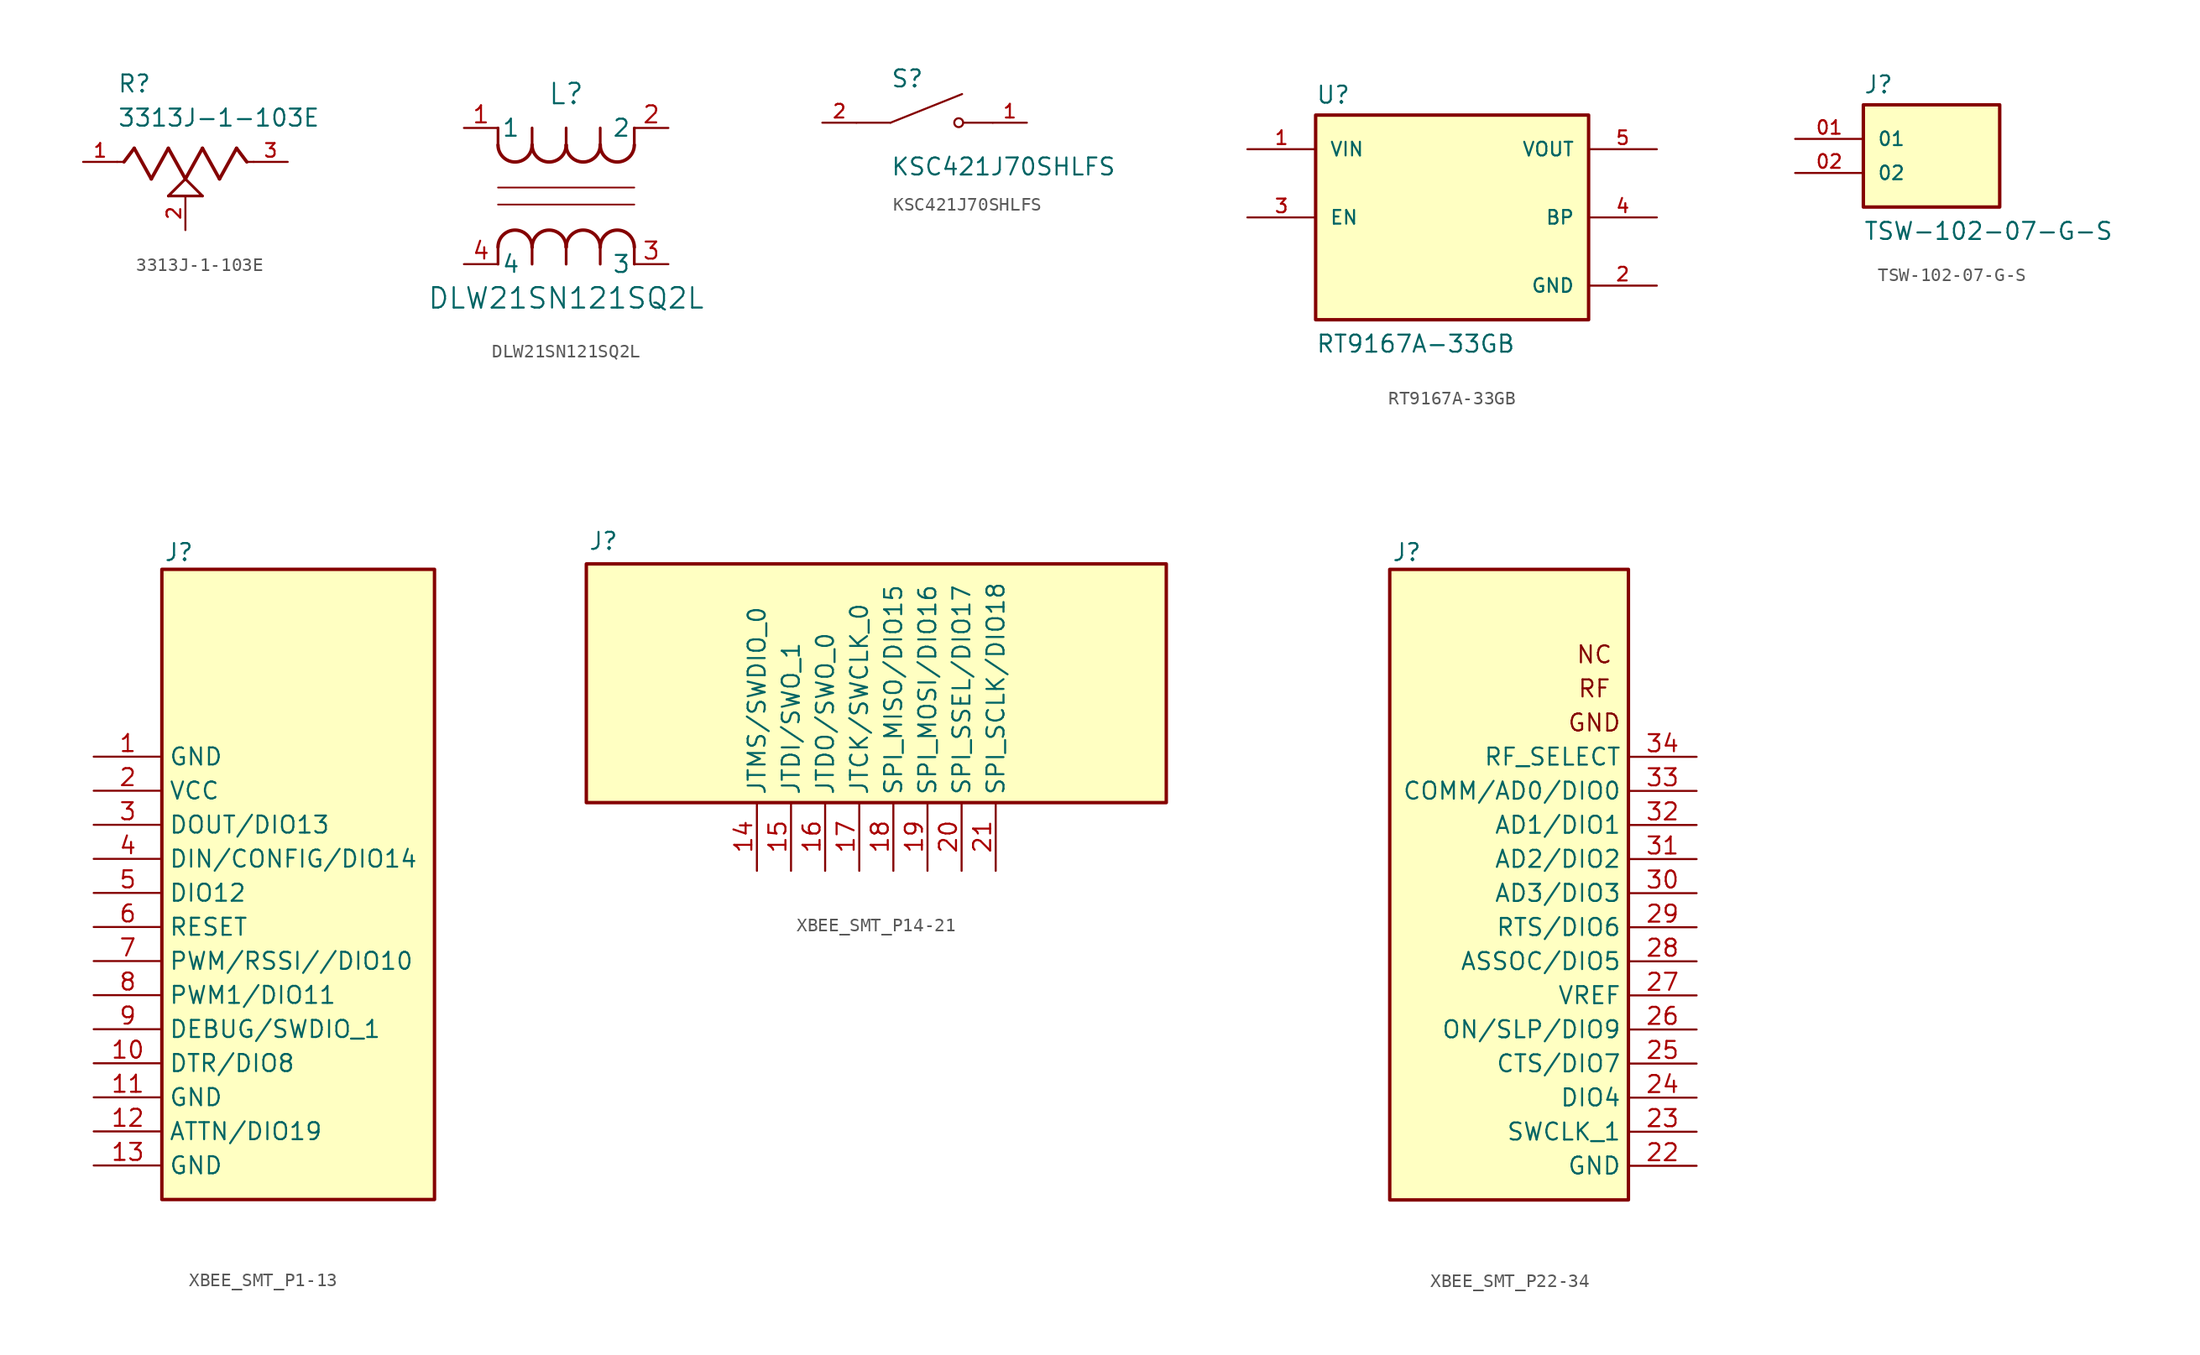
<source format=kicad_sym>
(kicad_symbol_lib
  (version 20220914)
  (generator kicad_symbol_editor)
  (symbol "3313J-1-103E"
    (pin_names
      (offset 1.016))
    (property "Reference" "R"
      (at -5.08 5.08 0)
      (effects (font (size 1.27 1.27)) (justify left bottom)))
    (property "Value" "3313J-1-103E"
      (at -5.08 2.54 0)
      (effects (font (size 1.27 1.27)) (justify left bottom)))
    (symbol "3313J-1-103E_0_0"
      (polyline (pts (xy -5.08 0) (xy -4.572 0)) (stroke (width 0.152) (type default)) (fill (type none)))
      (polyline (pts (xy -4.572 0) (xy -3.81 1.016)) (stroke (width 0.254) (type default)) (fill (type none)))
      (polyline (pts (xy -3.81 1.016) (xy -2.54 -1.27)) (stroke (width 0.254) (type default)) (fill (type none)))
      (polyline (pts (xy -2.54 -1.27) (xy -1.27 1.016)) (stroke (width 0.254) (type default)) (fill (type none)))
      (polyline (pts (xy -1.27 -2.54) (xy 0 -1.27)) (stroke (width 0.203) (type default)) (fill (type none)))
      (polyline (pts (xy -1.27 1.016) (xy 0 -1.27)) (stroke (width 0.254) (type default)) (fill (type none)))
      (polyline (pts (xy 0 -1.27) (xy 1.27 -2.54)) (stroke (width 0.203) (type default)) (fill (type none)))
      (polyline (pts (xy 0 -1.27) (xy 1.27 1.016)) (stroke (width 0.254) (type default)) (fill (type none)))
      (polyline (pts (xy 1.27 -2.54) (xy -1.27 -2.54)) (stroke (width 0.203) (type default)) (fill (type none)))
      (polyline (pts (xy 1.27 1.016) (xy 2.54 -1.27)) (stroke (width 0.254) (type default)) (fill (type none)))
      (polyline (pts (xy 2.54 -1.27) (xy 3.81 1.016)) (stroke (width 0.254) (type default)) (fill (type none)))
      (polyline (pts (xy 3.81 1.016) (xy 4.572 0)) (stroke (width 0.254) (type default)) (fill (type none)))
      (polyline (pts (xy 4.572 0) (xy 5.08 0)) (stroke (width 0.152) (type default)) (fill (type none)))
      (pin passive line (at -7.62 0 0) (length 2.54) (name "~" (effects (font (size 1.016 1.016)))) (number "1" (effects (font (size 1.016 1.016)))))
      (pin passive line (at 0 -5.08 90) (length 2.54) (name "~" (effects (font (size 1.016 1.016)))) (number "2" (effects (font (size 1.016 1.016)))))
      (pin passive line (at 7.62 0 180) (length 2.54) (name "~" (effects (font (size 1.016 1.016)))) (number "3" (effects (font (size 1.016 1.016)))))))
  (symbol "DLW21SN121SQ2L"
    (pin_names
      (offset 0.254))
    (property "Reference" "L"
      (at 7.62 2.54 0)
      (effects (font (size 1.524 1.524))))
    (property "Value" "DLW21SN121SQ2L"
      (at 7.62 -12.7 0)
      (effects (font (size 1.524 1.524))))
    (symbol "DLW21SN121SQ2L_0_1"
      (polyline (pts (xy 2.54 -10.16) (xy 2.54 -8.89)) (stroke (width 0.203) (type default)) (fill (type none)))
      (polyline (pts (xy 2.54 -5.715) (xy 12.7 -5.715)) (stroke (width 0.127) (type default)) (fill (type none)))
      (polyline (pts (xy 2.54 0) (xy 2.54 -1.27)) (stroke (width 0.203) (type default)) (fill (type none)))
      (polyline (pts (xy 5.08 -10.16) (xy 5.08 -8.89)) (stroke (width 0.203) (type default)) (fill (type none)))
      (polyline (pts (xy 5.08 0) (xy 5.08 -1.27)) (stroke (width 0.203) (type default)) (fill (type none)))
      (polyline (pts (xy 7.62 -10.16) (xy 7.62 -8.89)) (stroke (width 0.203) (type default)) (fill (type none)))
      (polyline (pts (xy 7.62 0) (xy 7.62 -1.27)) (stroke (width 0.203) (type default)) (fill (type none)))
      (polyline (pts (xy 10.16 -10.16) (xy 10.16 -8.89)) (stroke (width 0.203) (type default)) (fill (type none)))
      (polyline (pts (xy 10.16 0) (xy 10.16 -1.27)) (stroke (width 0.203) (type default)) (fill (type none)))
      (polyline (pts (xy 12.7 -10.16) (xy 12.7 -8.89)) (stroke (width 0.203) (type default)) (fill (type none)))
      (polyline (pts (xy 12.7 -4.445) (xy 2.54 -4.445)) (stroke (width 0.127) (type default)) (fill (type none)))
      (polyline (pts (xy 12.7 0) (xy 12.7 -1.27)) (stroke (width 0.203) (type default)) (fill (type none)))
      (arc (start 2.54 -1.27) (mid 3.81 -2.5345) (end 5.08 -1.27) (stroke (width 0.254) (type default)) (fill (type none)))
      (arc (start 5.08 -8.89) (mid 3.81 -7.6255) (end 2.54 -8.89) (stroke (width 0.254) (type default)) (fill (type none)))
      (arc (start 5.08 -1.27) (mid 6.35 -2.5345) (end 7.62 -1.27) (stroke (width 0.254) (type default)) (fill (type none)))
      (arc (start 7.62 -8.89) (mid 6.35 -7.6255) (end 5.08 -8.89) (stroke (width 0.254) (type default)) (fill (type none)))
      (arc (start 7.62 -1.27) (mid 8.89 -2.5345) (end 10.16 -1.27) (stroke (width 0.254) (type default)) (fill (type none)))
      (arc (start 10.16 -8.89) (mid 8.89 -7.6255) (end 7.62 -8.89) (stroke (width 0.254) (type default)) (fill (type none)))
      (arc (start 10.16 -1.27) (mid 11.43 -2.5345) (end 12.7 -1.27) (stroke (width 0.254) (type default)) (fill (type none)))
      (arc (start 12.7 -8.89) (mid 11.43 -7.6255) (end 10.16 -8.89) (stroke (width 0.254) (type default)) (fill (type none)))
      (pin unspecified line (at 0 0 0) (length 2.54) (name "1" (effects (font (size 1.27 1.27)))) (number "1" (effects (font (size 1.27 1.27)))))
      (pin unspecified line (at 15.24 0 180) (length 2.54) (name "2" (effects (font (size 1.27 1.27)))) (number "2" (effects (font (size 1.27 1.27)))))
      (pin unspecified line (at 15.24 -10.16 180) (length 2.54) (name "3" (effects (font (size 1.27 1.27)))) (number "3" (effects (font (size 1.27 1.27)))))
      (pin unspecified line (at 0 -10.16 0) (length 2.54) (name "4" (effects (font (size 1.27 1.27)))) (number "4" (effects (font (size 1.27 1.27)))))))
  (symbol "KSC421J70SHLFS"
    (pin_names
      (offset 1.016))
    (property "Reference" "S"
      (at -2.54 2.54 0)
      (effects (font (size 1.27 1.27)) (justify left bottom)))
    (property "Value" "KSC421J70SHLFS"
      (at -2.54 -2.54 0)
      (effects (font (size 1.27 1.27)) (justify left top)))
    (symbol "KSC421J70SHLFS_0_0"
      (polyline (pts (xy -2.54 0) (xy -5.08 0)) (stroke (width 0.152) (type default)) (fill (type none)))
      (polyline (pts (xy -2.54 0) (xy 2.794 2.134)) (stroke (width 0.152) (type default)) (fill (type none)))
      (polyline (pts (xy 5.08 0) (xy 2.921 0)) (stroke (width 0.152) (type default)) (fill (type none)))
      (circle (center 2.54 0) (radius 0.33) (stroke (width 0.152) (type default)) (fill (type none)))
      (pin passive line (at 7.62 0 180) (length 2.54) (name "~" (effects (font (size 1.016 1.016)))) (number "1" (effects (font (size 1.016 1.016)))))
      (pin passive line (at -7.62 0 0) (length 2.54) (name "~" (effects (font (size 1.016 1.016)))) (number "2" (effects (font (size 1.016 1.016))))))
    (symbol "KSC421J70SHLFS_1_0"
      (pin passive line (at -7.62 0 0) (length 2.54) hide (name "~" (effects (font (size 1.016 1.016)))) (number "3" (effects (font (size 1.016 1.016)))))
      (pin passive line (at 7.62 0 180) (length 2.54) hide (name "~" (effects (font (size 1.016 1.016)))) (number "4" (effects (font (size 1.016 1.016)))))))
  (symbol "RT9167A-33GB"
    (pin_names
      (offset 1.016))
    (property "Reference" "U"
      (at -10.16 8.382 0)
      (effects (font (size 1.27 1.27)) (justify left bottom)))
    (property "Value" "RT9167A-33GB"
      (at -10.16 -10.16 0)
      (effects (font (size 1.27 1.27)) (justify left bottom)))
    (symbol "RT9167A-33GB_0_0"
      (rectangle (start -10.16 7.62) (end 10.16 -7.62) (stroke (width 0.254) (type default)) (fill (type background)))
      (pin input line (at -15.24 5.08 0) (length 5.08) (name "VIN" (effects (font (size 1.016 1.016)))) (number "1" (effects (font (size 1.016 1.016)))))
      (pin power_in line (at 15.24 -5.08 180) (length 5.08) (name "GND" (effects (font (size 1.016 1.016)))) (number "2" (effects (font (size 1.016 1.016)))))
      (pin input line (at -15.24 0 0) (length 5.08) (name "EN" (effects (font (size 1.016 1.016)))) (number "3" (effects (font (size 1.016 1.016)))))
      (pin passive line (at 15.24 0 180) (length 5.08) (name "BP" (effects (font (size 1.016 1.016)))) (number "4" (effects (font (size 1.016 1.016)))))
      (pin output line (at 15.24 5.08 180) (length 5.08) (name "VOUT" (effects (font (size 1.016 1.016)))) (number "5" (effects (font (size 1.016 1.016)))))))
  (symbol "TSW-102-07-G-S"
    (pin_names
      (offset 1.016))
    (property "Reference" "J"
      (at -5.08 5.842 0)
      (effects (font (size 1.27 1.27)) (justify left bottom)))
    (property "Value" "TSW-102-07-G-S"
      (at -5.08 -5.08 0)
      (effects (font (size 1.27 1.27)) (justify left bottom)))
    (symbol "TSW-102-07-G-S_0_0"
      (rectangle (start -5.08 -2.54) (end 5.08 5.08) (stroke (width 0.254) (type default)) (fill (type background)))
      (pin passive line (at -10.16 2.54 0) (length 5.08) (name "01" (effects (font (size 1.016 1.016)))) (number "01" (effects (font (size 1.016 1.016)))))
      (pin passive line (at -10.16 0 0) (length 5.08) (name "02" (effects (font (size 1.016 1.016)))) (number "02" (effects (font (size 1.016 1.016)))))))
  (symbol "XBEE_SMT_P1-13"
    (property "Reference" "J"
      (at -20.32 35.56 0)
      (effects (font (size 1.27 1.27))))
    (property "Value" ""
      (at -1.27 -8.89 0)
      (effects (font (size 1.27 1.27))))
    (symbol "XBEE_SMT_P1-13_0_1"
      (rectangle (start -21.59 34.29) (end -1.27 -12.7) (stroke (width 0.254) (type default)) (fill (type background))))
    (symbol "XBEE_SMT_P1-13_1_1"
      (pin input line (at -26.67 20.32 0) (length 5.08) (name "GND" (effects (font (size 1.27 1.27)))) (number "1" (effects (font (size 1.27 1.27)))))
      (pin input line (at -26.67 -2.54 0) (length 5.08) (name "DTR/DIO8" (effects (font (size 1.27 1.27)))) (number "10" (effects (font (size 1.27 1.27)))))
      (pin input line (at -26.67 -5.08 0) (length 5.08) (name "GND" (effects (font (size 1.27 1.27)))) (number "11" (effects (font (size 1.27 1.27)))))
      (pin input line (at -26.67 -7.62 0) (length 5.08) (name "ATTN/DIO19" (effects (font (size 1.27 1.27)))) (number "12" (effects (font (size 1.27 1.27)))))
      (pin input line (at -26.67 -10.16 0) (length 5.08) (name "GND" (effects (font (size 1.27 1.27)))) (number "13" (effects (font (size 1.27 1.27)))))
      (pin input line (at -26.67 17.78 0) (length 5.08) (name "VCC" (effects (font (size 1.27 1.27)))) (number "2" (effects (font (size 1.27 1.27)))))
      (pin input line (at -26.67 15.24 0) (length 5.08) (name "DOUT/DIO13" (effects (font (size 1.27 1.27)))) (number "3" (effects (font (size 1.27 1.27)))))
      (pin input line (at -26.67 12.7 0) (length 5.08) (name "DIN/CONFIG/DIO14" (effects (font (size 1.27 1.27)))) (number "4" (effects (font (size 1.27 1.27)))))
      (pin input line (at -26.67 10.16 0) (length 5.08) (name "DIO12" (effects (font (size 1.27 1.27)))) (number "5" (effects (font (size 1.27 1.27)))))
      (pin input line (at -26.67 7.62 0) (length 5.08) (name "RESET" (effects (font (size 1.27 1.27)))) (number "6" (effects (font (size 1.27 1.27)))))
      (pin input line (at -26.67 5.08 0) (length 5.08) (name "PWM/RSSI//DIO10" (effects (font (size 1.27 1.27)))) (number "7" (effects (font (size 1.27 1.27)))))
      (pin input line (at -26.67 2.54 0) (length 5.08) (name "PWM1/DIO11" (effects (font (size 1.27 1.27)))) (number "8" (effects (font (size 1.27 1.27)))))
      (pin input line (at -26.67 0 0) (length 5.08) (name "DEBUG/SWDIO_1" (effects (font (size 1.27 1.27)))) (number "9" (effects (font (size 1.27 1.27)))))))
  (symbol "XBEE_SMT_P14-21"
    (property "Reference" "J"
      (at -20.32 -11 0)
      (effects (font (size 1.27 1.27))))
    (property "Value" ""
      (at -1.27 -8.89 0)
      (effects (font (size 1.27 1.27))))
    (symbol "XBEE_SMT_P14-21_0_1"
      (rectangle (start -21.59 -12.7) (end 21.59 -30.48) (stroke (width 0.254) (type default)) (fill (type background))))
    (symbol "XBEE_SMT_P14-21_1_1"
      (pin input line (at -8.89 -35.56 90) (length 5.08) (name "JTMS/SWDIO_0" (effects (font (size 1.27 1.27)))) (number "14" (effects (font (size 1.27 1.27)))))
      (pin input line (at -6.35 -35.56 90) (length 5.08) (name "JTDI/SWO_1" (effects (font (size 1.27 1.27)))) (number "15" (effects (font (size 1.27 1.27)))))
      (pin input line (at -3.81 -35.56 90) (length 5.08) (name "JTDO/SWO_0" (effects (font (size 1.27 1.27)))) (number "16" (effects (font (size 1.27 1.27)))))
      (pin input line (at -1.27 -35.56 90) (length 5.08) (name "JTCK/SWCLK_0" (effects (font (size 1.27 1.27)))) (number "17" (effects (font (size 1.27 1.27)))))
      (pin input line (at 1.27 -35.56 90) (length 5.08) (name "SPI_MISO/DIO15" (effects (font (size 1.27 1.27)))) (number "18" (effects (font (size 1.27 1.27)))))
      (pin input line (at 3.81 -35.56 90) (length 5.08) (name "SPI_MOSI/DIO16" (effects (font (size 1.27 1.27)))) (number "19" (effects (font (size 1.27 1.27)))))
      (pin input line (at 6.35 -35.56 90) (length 5.08) (name "SPI_SSEL/DIO17" (effects (font (size 1.27 1.27)))) (number "20" (effects (font (size 1.27 1.27)))))
      (pin input line (at 8.89 -35.56 90) (length 5.08) (name "SPI_SCLK/DIO18" (effects (font (size 1.27 1.27)))) (number "21" (effects (font (size 1.27 1.27)))))))
  (symbol "XBEE_SMT_P22-34"
    (property "Reference" "J"
      (at 5.08 35.56 0)
      (effects (font (size 1.27 1.27))))
    (property "Value" ""
      (at -1.27 -8.89 0)
      (effects (font (size 1.27 1.27))))
    (symbol "XBEE_SMT_P22-34_0_1"
      (rectangle (start 3.81 34.29) (end 21.59 -12.7) (stroke (width 0.254) (type default)) (fill (type background))))
    (symbol "XBEE_SMT_P22-34_1_1"
      (text "GND\n" (at 19.05 22.86 0) (effects (font (size 1.27 1.27))))
      (text "NC" (at 19.05 27.94 0) (effects (font (size 1.27 1.27))))
      (text "RF" (at 19.05 25.4 0) (effects (font (size 1.27 1.27))))
      (pin input line (at 26.67 -10.16 180) (length 5.08) (name "GND" (effects (font (size 1.27 1.27)))) (number "22" (effects (font (size 1.27 1.27)))))
      (pin input line (at 26.67 -7.62 180) (length 5.08) (name "SWCLK_1" (effects (font (size 1.27 1.27)))) (number "23" (effects (font (size 1.27 1.27)))))
      (pin input line (at 26.67 -5.08 180) (length 5.08) (name "DIO4" (effects (font (size 1.27 1.27)))) (number "24" (effects (font (size 1.27 1.27)))))
      (pin input line (at 26.67 -2.54 180) (length 5.08) (name "CTS/DIO7" (effects (font (size 1.27 1.27)))) (number "25" (effects (font (size 1.27 1.27)))))
      (pin input line (at 26.67 0 180) (length 5.08) (name "ON/SLP/DIO9" (effects (font (size 1.27 1.27)))) (number "26" (effects (font (size 1.27 1.27)))))
      (pin input line (at 26.67 2.54 180) (length 5.08) (name "VREF" (effects (font (size 1.27 1.27)))) (number "27" (effects (font (size 1.27 1.27)))))
      (pin input line (at 26.67 5.08 180) (length 5.08) (name "ASSOC/DIO5" (effects (font (size 1.27 1.27)))) (number "28" (effects (font (size 1.27 1.27)))))
      (pin input line (at 26.67 7.62 180) (length 5.08) (name "RTS/DIO6" (effects (font (size 1.27 1.27)))) (number "29" (effects (font (size 1.27 1.27)))))
      (pin input line (at 26.67 10.16 180) (length 5.08) (name "AD3/DIO3" (effects (font (size 1.27 1.27)))) (number "30" (effects (font (size 1.27 1.27)))))
      (pin input line (at 26.67 12.7 180) (length 5.08) (name "AD2/DIO2" (effects (font (size 1.27 1.27)))) (number "31" (effects (font (size 1.27 1.27)))))
      (pin input line (at 26.67 15.24 180) (length 5.08) (name "AD1/DIO1" (effects (font (size 1.27 1.27)))) (number "32" (effects (font (size 1.27 1.27)))))
      (pin input line (at 26.67 17.78 180) (length 5.08) (name "COMM/AD0/DIO0" (effects (font (size 1.27 1.27)))) (number "33" (effects (font (size 1.27 1.27)))))
      (pin input line (at 26.67 20.32 180) (length 5.08) (name "RF_SELECT" (effects (font (size 1.27 1.27)))) (number "34" (effects (font (size 1.27 1.27))))))))
</source>
